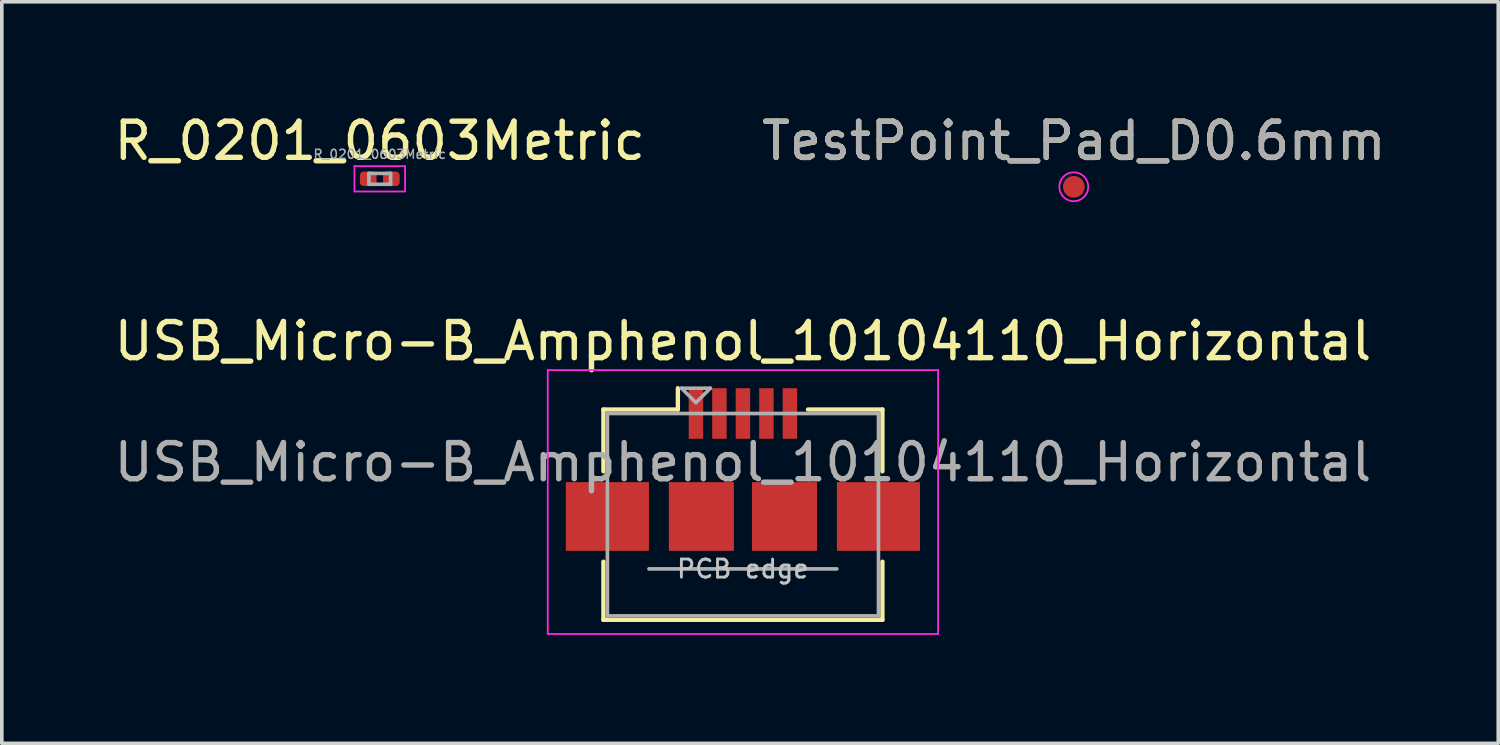
<source format=kicad_pcb>
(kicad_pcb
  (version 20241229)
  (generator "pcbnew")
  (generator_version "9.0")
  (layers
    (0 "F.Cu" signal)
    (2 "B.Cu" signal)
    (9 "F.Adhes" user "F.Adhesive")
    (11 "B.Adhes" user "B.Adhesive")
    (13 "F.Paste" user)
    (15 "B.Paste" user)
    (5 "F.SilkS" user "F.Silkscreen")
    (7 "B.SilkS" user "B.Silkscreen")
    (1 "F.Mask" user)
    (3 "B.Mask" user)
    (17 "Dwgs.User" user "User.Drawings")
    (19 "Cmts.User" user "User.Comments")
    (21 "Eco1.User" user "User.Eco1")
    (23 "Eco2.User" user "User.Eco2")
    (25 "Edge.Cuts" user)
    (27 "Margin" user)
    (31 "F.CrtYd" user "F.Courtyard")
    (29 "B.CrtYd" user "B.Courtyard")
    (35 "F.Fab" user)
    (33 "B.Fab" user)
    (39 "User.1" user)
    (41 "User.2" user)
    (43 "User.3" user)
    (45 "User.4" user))
  (footprint "USB_Micro-B_Amphenol_10104110_Horizontal"
    (layer "F.Cu")
    (at 17.506 9.941)
    (property "Reference" "USB_Micro-B_Amphenol_10104110_Horizontal" (at 0 -3.55 0) (layer "F.SilkS") (effects (font (size 1 1) (thickness 0.15))))
    (attr smd)
    (fp_line (start -3.86 -1.66) (end -1.8 -1.66) (stroke (width 0.12) (type solid)) (layer "F.SilkS"))
    (fp_line (start -3.86 0.05) (end -3.86 -1.66) (stroke (width 0.12) (type solid)) (layer "F.SilkS"))
    (fp_line (start -3.86 4.16) (end -3.86 2.55) (stroke (width 0.12) (type solid)) (layer "F.SilkS"))
    (fp_line (start -3.86 4.16) (end 3.86 4.16) (stroke (width 0.12) (type solid)) (layer "F.SilkS"))
    (fp_line (start -1.8 -1.66) (end -1.8 -2.25) (stroke (width 0.12) (type solid)) (layer "F.SilkS"))
    (fp_line (start 3.86 -1.66) (end 1.8 -1.66) (stroke (width 0.12) (type solid)) (layer "F.SilkS"))
    (fp_line (start 3.86 0.05) (end 3.86 -1.66) (stroke (width 0.12) (type solid)) (layer "F.SilkS"))
    (fp_line (start 3.86 4.16) (end 3.86 2.55) (stroke (width 0.12) (type solid)) (layer "F.SilkS"))
    (fp_line (start -5.4 -2.75) (end -5.4 4.55) (stroke (width 0.05) (type solid)) (layer "F.CrtYd"))
    (fp_line (start -5.4 4.55) (end 5.4 4.55) (stroke (width 0.05) (type solid)) (layer "F.CrtYd"))
    (fp_line (start 5.4 -2.75) (end -5.4 -2.75) (stroke (width 0.05) (type solid)) (layer "F.CrtYd"))
    (fp_line (start 5.4 4.55) (end 5.4 -2.75) (stroke (width 0.05) (type solid)) (layer "F.CrtYd"))
    (fp_line (start -3.75 -1.55) (end 3.75 -1.55) (stroke (width 0.1) (type solid)) (layer "F.Fab"))
    (fp_line (start -3.75 4.05) (end -3.75 -1.55) (stroke (width 0.1) (type solid)) (layer "F.Fab"))
    (fp_line (start -2.6 2.75) (end 2.6 2.75) (stroke (width 0.1) (type solid)) (layer "F.Fab"))
    (fp_line (start -1.7 -2.25) (end -1.3 -1.85) (stroke (width 0.1) (type solid)) (layer "F.Fab"))
    (fp_line (start -1.3 -1.85) (end -0.9 -2.25) (stroke (width 0.1) (type solid)) (layer "F.Fab"))
    (fp_line (start -0.9 -2.25) (end -1.7 -2.25) (stroke (width 0.1) (type solid)) (layer "F.Fab"))
    (fp_line (start 3.75 -1.55) (end 3.75 4.05) (stroke (width 0.1) (type solid)) (layer "F.Fab"))
    (fp_line (start 3.75 4.05) (end -3.75 4.05) (stroke (width 0.1) (type solid)) (layer "F.Fab"))
    (fp_text user "PCB edge" (at 0 2.75 0) (layer "Dwgs.User") (effects (font (size 0.5 0.5) (thickness 0.08))))
    (fp_text user "${REFERENCE}" (at 0 -0.2 0) (layer "F.Fab") (effects (font (size 1 1) (thickness 0.15))))
    (pad "1" smd rect (at -1.3 -1.55) (size 0.4 1.4) (layers "F.Cu" "F.Mask" "F.Paste"))
    (pad "2" smd rect (at -0.65 -1.55) (size 0.4 1.4) (layers "F.Cu" "F.Mask" "F.Paste"))
    (pad "3" smd rect (at 0 -1.55) (size 0.4 1.4) (layers "F.Cu" "F.Mask" "F.Paste"))
    (pad "4" smd rect (at 0.65 -1.55) (size 0.4 1.4) (layers "F.Cu" "F.Mask" "F.Paste"))
    (pad "5" smd rect (at 1.3 -1.55) (size 0.4 1.4) (layers "F.Cu" "F.Mask" "F.Paste"))
    (pad "6" smd rect (at -3.75 1.3) (size 2.3 1.9) (layers "F.Cu" "F.Mask" "F.Paste"))
    (pad "6" smd rect (at -1.15 1.3) (size 1.8 1.9) (layers "F.Cu" "F.Mask" "F.Paste"))
    (pad "6" smd rect (at 1.15 1.3) (size 1.8 1.9) (layers "F.Cu" "F.Mask" "F.Paste"))
    (pad "6" smd rect (at 3.75 1.3) (size 2.3 1.9) (layers "F.Cu" "F.Mask" "F.Paste")))
  (footprint "TestPoint_Pad_D0.6mm"
    (layer "F.Cu")
    (at 26.661 2.118)
    (property "Reference" "TestPoint_Pad_D0.6mm" (at 0 -1.268 0) (layer "F.SilkS") (effects (font (size 1 1) (thickness 0.15))))
    (attr exclude_from_pos_files exclude_from_bom)
    (fp_circle (center 0 0) (end 0.4 0) (stroke (width 0.05) (type solid)) (fill no) (layer "F.CrtYd"))
    (fp_text user "${REFERENCE}" (at 0 -1.27 0) (layer "F.Fab") (effects (font (size 1 1) (thickness 0.15))))
    (pad "1" smd circle (at 0 0) (size 0.6 0.6) (layers "F.Cu" "F.Mask")))
  (footprint "R_0201_0603Metric"
    (layer "F.Cu")
    (at 7.458 1.898)
    (property "Reference" "R_0201_0603Metric" (at 0 -1.05 0) (layer "F.SilkS") (effects (font (size 1 1) (thickness 0.15))))
    (attr smd)
    (fp_line (start -0.7 -0.35) (end 0.7 -0.35) (stroke (width 0.05) (type solid)) (layer "F.CrtYd"))
    (fp_line (start -0.7 0.35) (end -0.7 -0.35) (stroke (width 0.05) (type solid)) (layer "F.CrtYd"))
    (fp_line (start 0.7 -0.35) (end 0.7 0.35) (stroke (width 0.05) (type solid)) (layer "F.CrtYd"))
    (fp_line (start 0.7 0.35) (end -0.7 0.35) (stroke (width 0.05) (type solid)) (layer "F.CrtYd"))
    (fp_line (start -0.3 -0.15) (end 0.3 -0.15) (stroke (width 0.1) (type solid)) (layer "F.Fab"))
    (fp_line (start -0.3 0.15) (end -0.3 -0.15) (stroke (width 0.1) (type solid)) (layer "F.Fab"))
    (fp_line (start 0.3 -0.15) (end 0.3 0.15) (stroke (width 0.1) (type solid)) (layer "F.Fab"))
    (fp_line (start 0.3 0.15) (end -0.3 0.15) (stroke (width 0.1) (type solid)) (layer "F.Fab"))
    (fp_text user "${REFERENCE}" (at 0 -0.68 0) (layer "F.Fab") (effects (font (size 0.25 0.25) (thickness 0.04))))
    (pad "" smd roundrect (at -0.345 0) (size 0.318 0.36) (layers "F.Paste") (roundrect_rratio 0.25))
    (pad "" smd roundrect (at 0.345 0) (size 0.318 0.36) (layers "F.Paste") (roundrect_rratio 0.25))
    (pad "1" smd roundrect (at -0.32 0) (size 0.46 0.4) (layers "F.Cu" "F.Mask") (roundrect_rratio 0.25))
    (pad "2" smd roundrect (at 0.32 0) (size 0.46 0.4) (layers "F.Cu" "F.Mask") (roundrect_rratio 0.25)))
  (gr_rect
    (start -3 -3)
    (end 38.405 17.517)
    (stroke (width 0.1) (type default))
    (fill no)
    (layer "Edge.Cuts")))
</source>
